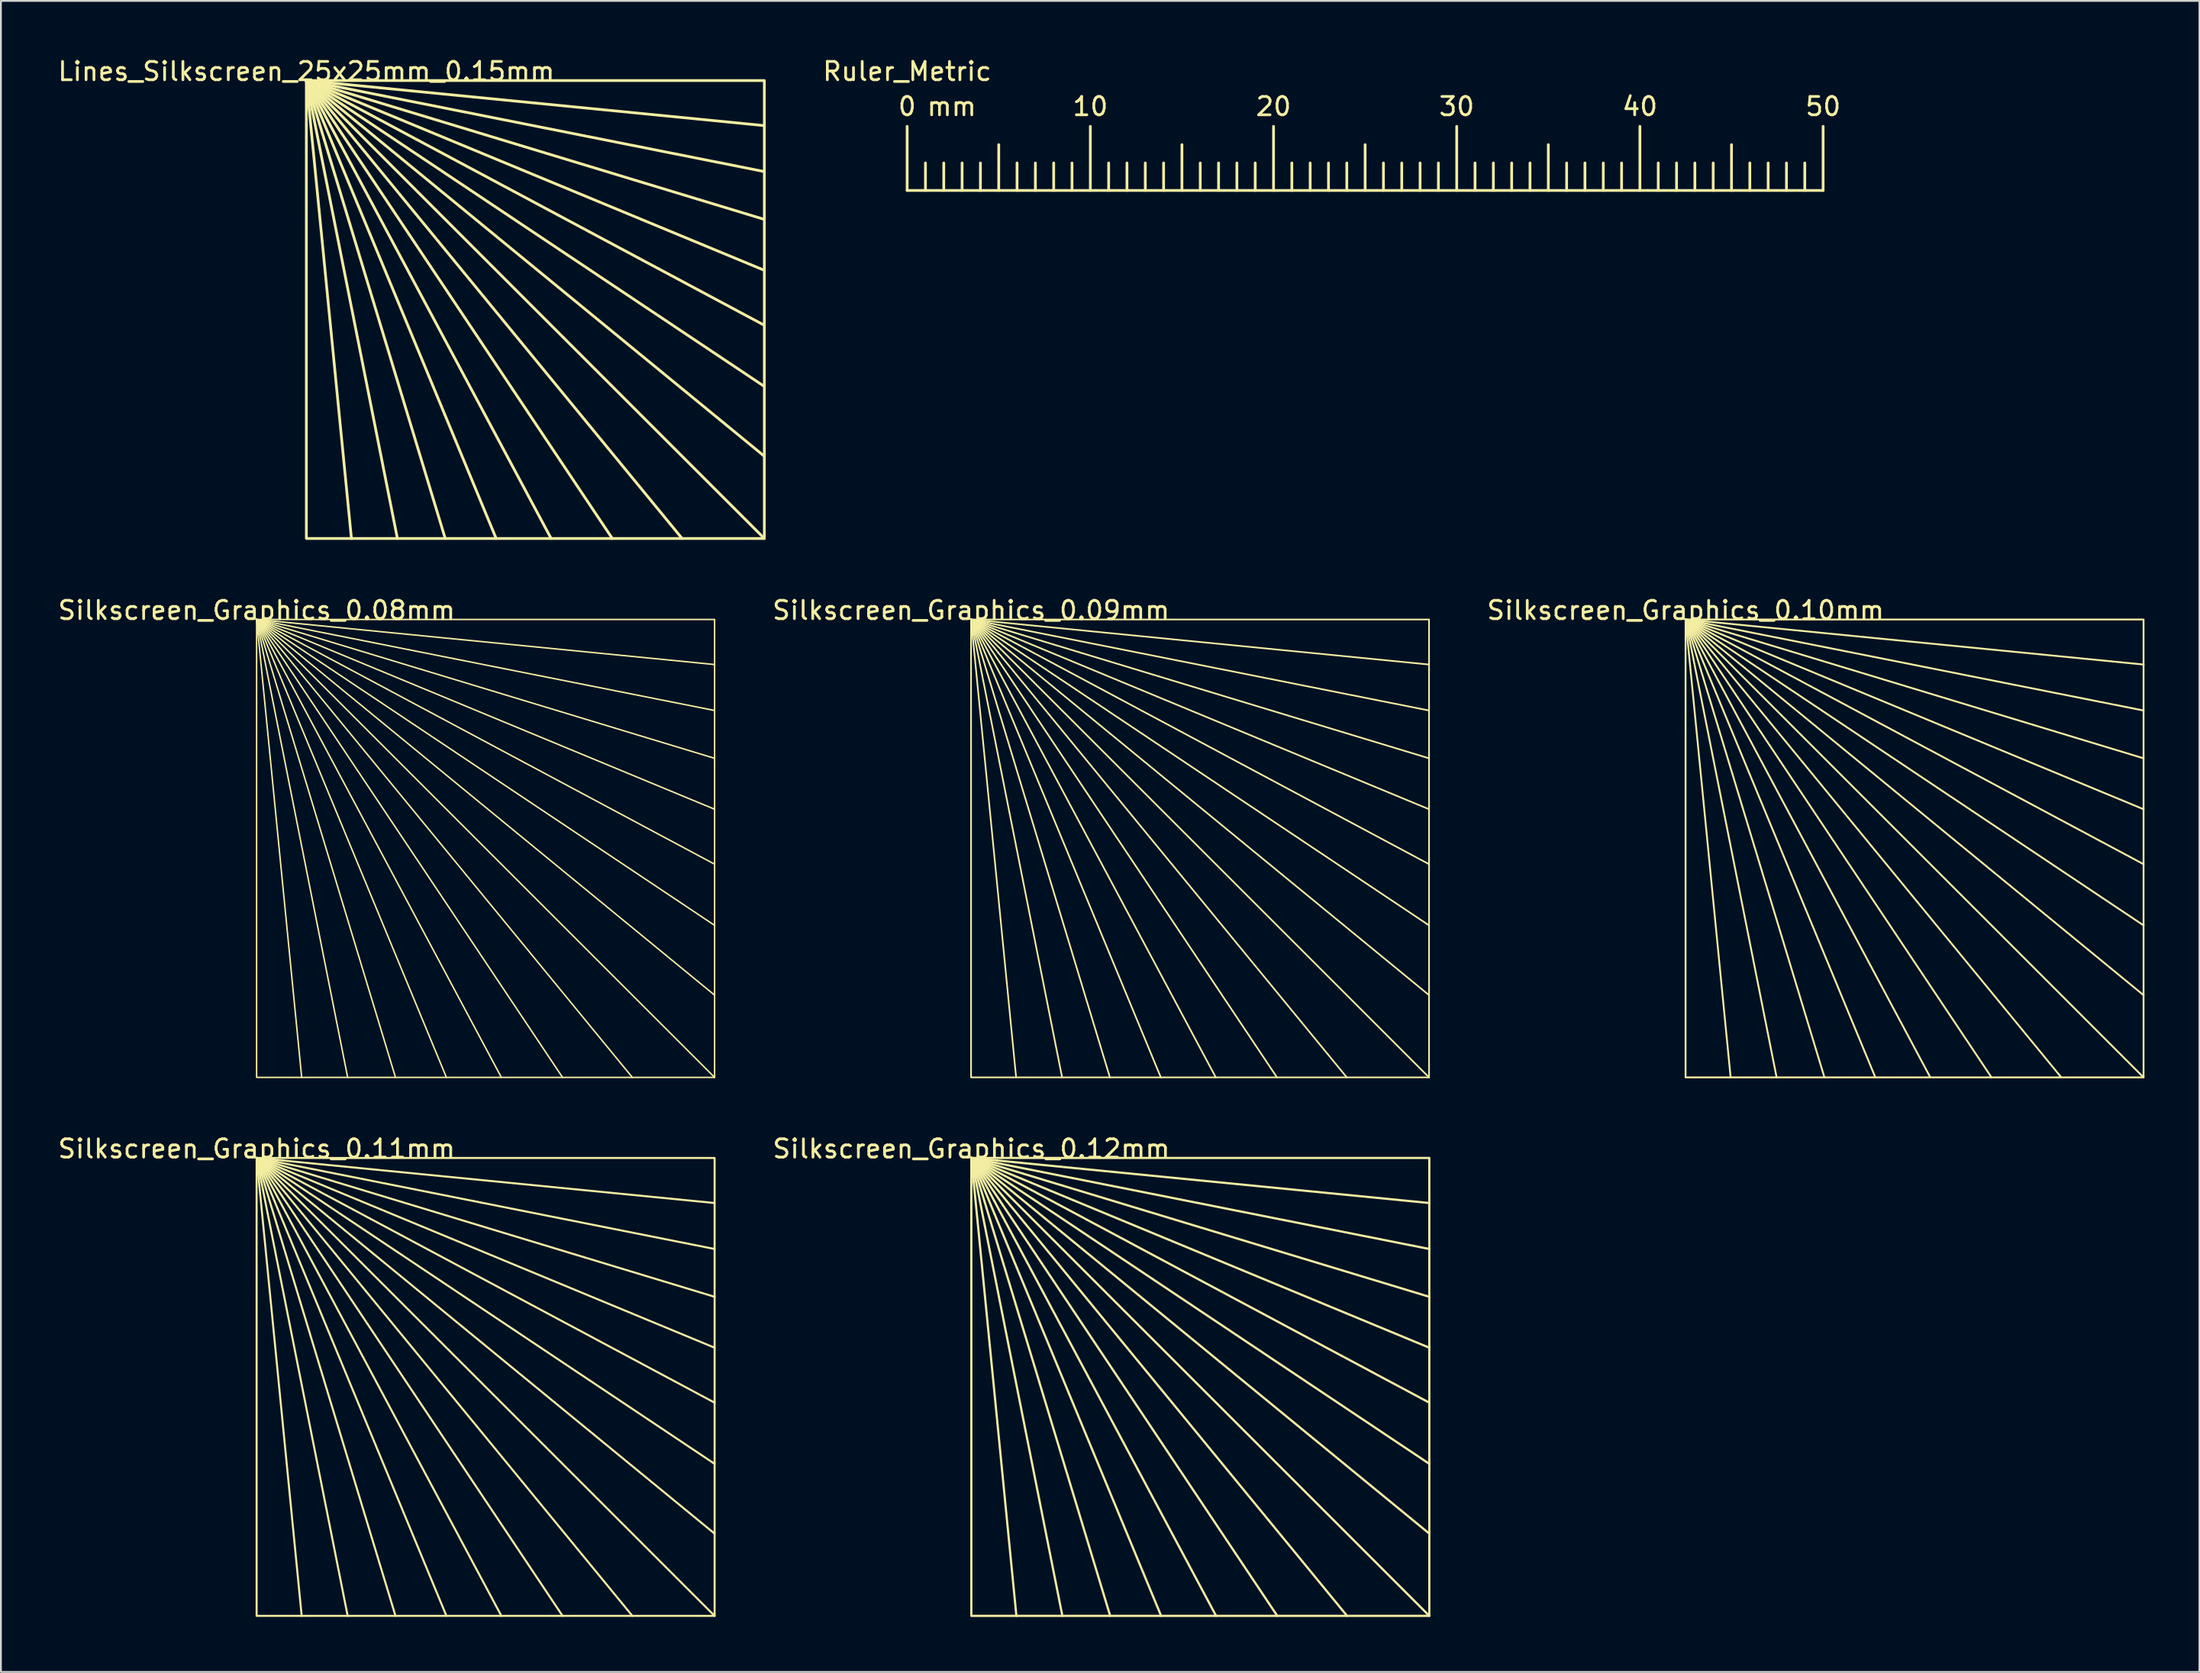
<source format=kicad_pcb>
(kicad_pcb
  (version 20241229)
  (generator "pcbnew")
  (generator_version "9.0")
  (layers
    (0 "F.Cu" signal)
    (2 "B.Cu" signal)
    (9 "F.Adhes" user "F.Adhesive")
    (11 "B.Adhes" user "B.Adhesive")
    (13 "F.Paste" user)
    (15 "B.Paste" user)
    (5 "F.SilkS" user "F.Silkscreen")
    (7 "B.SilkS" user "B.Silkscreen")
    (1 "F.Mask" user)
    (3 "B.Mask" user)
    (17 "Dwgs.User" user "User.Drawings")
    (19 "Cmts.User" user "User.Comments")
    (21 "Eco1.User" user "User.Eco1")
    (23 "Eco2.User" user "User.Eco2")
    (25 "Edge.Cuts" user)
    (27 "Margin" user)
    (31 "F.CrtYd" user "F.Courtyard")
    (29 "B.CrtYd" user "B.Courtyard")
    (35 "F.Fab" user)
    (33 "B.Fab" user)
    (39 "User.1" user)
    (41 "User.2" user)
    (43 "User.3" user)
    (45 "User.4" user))
  (footprint "Ruler_Metric"
    (layer "F.Cu")
    (at 46.468 7.348)
    (property "Reference" "Ruler_Metric" (at 0 -6.5 0) (unlocked yes) (layer "F.SilkS") (effects (font (size 1 1) (thickness 0.15))))
    (fp_line (start 0 0) (end 0 -3.5) (stroke (width 0.15) (type default)) (layer "F.SilkS"))
    (fp_line (start 0 0) (end 50 0) (stroke (width 0.15) (type default)) (layer "F.SilkS"))
    (fp_line (start 1 0) (end 1 -1.5) (stroke (width 0.15) (type default)) (layer "F.SilkS"))
    (fp_line (start 2 0) (end 2 -1.5) (stroke (width 0.15) (type default)) (layer "F.SilkS"))
    (fp_line (start 3 0) (end 3 -1.5) (stroke (width 0.15) (type default)) (layer "F.SilkS"))
    (fp_line (start 4 0) (end 4 -1.5) (stroke (width 0.15) (type default)) (layer "F.SilkS"))
    (fp_line (start 5 0) (end 5 -2.5) (stroke (width 0.15) (type default)) (layer "F.SilkS"))
    (fp_line (start 6 0) (end 6 -1.5) (stroke (width 0.15) (type default)) (layer "F.SilkS"))
    (fp_line (start 7 0) (end 7 -1.5) (stroke (width 0.15) (type default)) (layer "F.SilkS"))
    (fp_line (start 8 0) (end 8 -1.5) (stroke (width 0.15) (type default)) (layer "F.SilkS"))
    (fp_line (start 9 0) (end 9 -1.5) (stroke (width 0.15) (type default)) (layer "F.SilkS"))
    (fp_line (start 10 0) (end 10 -3.5) (stroke (width 0.15) (type default)) (layer "F.SilkS"))
    (fp_line (start 11 0) (end 11 -1.5) (stroke (width 0.15) (type default)) (layer "F.SilkS"))
    (fp_line (start 12 0) (end 12 -1.5) (stroke (width 0.15) (type default)) (layer "F.SilkS"))
    (fp_line (start 13 0) (end 13 -1.5) (stroke (width 0.15) (type default)) (layer "F.SilkS"))
    (fp_line (start 14 0) (end 14 -1.5) (stroke (width 0.15) (type default)) (layer "F.SilkS"))
    (fp_line (start 15 0) (end 15 -2.5) (stroke (width 0.15) (type default)) (layer "F.SilkS"))
    (fp_line (start 16 0) (end 16 -1.5) (stroke (width 0.15) (type default)) (layer "F.SilkS"))
    (fp_line (start 17 0) (end 17 -1.5) (stroke (width 0.15) (type default)) (layer "F.SilkS"))
    (fp_line (start 18 0) (end 18 -1.5) (stroke (width 0.15) (type default)) (layer "F.SilkS"))
    (fp_line (start 19 0) (end 19 -1.5) (stroke (width 0.15) (type default)) (layer "F.SilkS"))
    (fp_line (start 20 0) (end 20 -3.5) (stroke (width 0.15) (type default)) (layer "F.SilkS"))
    (fp_line (start 21 0) (end 21 -1.5) (stroke (width 0.15) (type default)) (layer "F.SilkS"))
    (fp_line (start 22 0) (end 22 -1.5) (stroke (width 0.15) (type default)) (layer "F.SilkS"))
    (fp_line (start 23 0) (end 23 -1.5) (stroke (width 0.15) (type default)) (layer "F.SilkS"))
    (fp_line (start 24 0) (end 24 -1.5) (stroke (width 0.15) (type default)) (layer "F.SilkS"))
    (fp_line (start 25 0) (end 25 -2.5) (stroke (width 0.15) (type default)) (layer "F.SilkS"))
    (fp_line (start 26 0) (end 26 -1.5) (stroke (width 0.15) (type default)) (layer "F.SilkS"))
    (fp_line (start 27 0) (end 27 -1.5) (stroke (width 0.15) (type default)) (layer "F.SilkS"))
    (fp_line (start 28 0) (end 28 -1.5) (stroke (width 0.15) (type default)) (layer "F.SilkS"))
    (fp_line (start 29 0) (end 29 -1.5) (stroke (width 0.15) (type default)) (layer "F.SilkS"))
    (fp_line (start 30 0) (end 30 -3.5) (stroke (width 0.15) (type default)) (layer "F.SilkS"))
    (fp_line (start 31 0) (end 31 -1.5) (stroke (width 0.15) (type default)) (layer "F.SilkS"))
    (fp_line (start 32 0) (end 32 -1.5) (stroke (width 0.15) (type default)) (layer "F.SilkS"))
    (fp_line (start 33 0) (end 33 -1.5) (stroke (width 0.15) (type default)) (layer "F.SilkS"))
    (fp_line (start 34 0) (end 34 -1.5) (stroke (width 0.15) (type default)) (layer "F.SilkS"))
    (fp_line (start 35 0) (end 35 -2.5) (stroke (width 0.15) (type default)) (layer "F.SilkS"))
    (fp_line (start 36 0) (end 36 -1.5) (stroke (width 0.15) (type default)) (layer "F.SilkS"))
    (fp_line (start 37 0) (end 37 -1.5) (stroke (width 0.15) (type default)) (layer "F.SilkS"))
    (fp_line (start 38 0) (end 38 -1.5) (stroke (width 0.15) (type default)) (layer "F.SilkS"))
    (fp_line (start 39 0) (end 39 -1.5) (stroke (width 0.15) (type default)) (layer "F.SilkS"))
    (fp_line (start 40 0) (end 40 -3.5) (stroke (width 0.15) (type default)) (layer "F.SilkS"))
    (fp_line (start 41 0) (end 41 -1.5) (stroke (width 0.15) (type default)) (layer "F.SilkS"))
    (fp_line (start 42 0) (end 42 -1.5) (stroke (width 0.15) (type default)) (layer "F.SilkS"))
    (fp_line (start 43 0) (end 43 -1.5) (stroke (width 0.15) (type default)) (layer "F.SilkS"))
    (fp_line (start 44 0) (end 44 -1.5) (stroke (width 0.15) (type default)) (layer "F.SilkS"))
    (fp_line (start 45 0) (end 45 -2.5) (stroke (width 0.15) (type default)) (layer "F.SilkS"))
    (fp_line (start 46 0) (end 46 -1.5) (stroke (width 0.15) (type default)) (layer "F.SilkS"))
    (fp_line (start 47 0) (end 47 -1.5) (stroke (width 0.15) (type default)) (layer "F.SilkS"))
    (fp_line (start 48 0) (end 48 -1.5) (stroke (width 0.15) (type default)) (layer "F.SilkS"))
    (fp_line (start 49 0) (end 49 -1.5) (stroke (width 0.15) (type default)) (layer "F.SilkS"))
    (fp_line (start 50 0) (end 50 -3.5) (stroke (width 0.15) (type default)) (layer "F.SilkS"))
    (fp_text user "0" (at 0 -4 0) (unlocked yes) (layer "F.SilkS") (effects (font (size 1 1) (thickness 0.15)) (justify bottom)))
    (fp_text user "50" (at 50 -4 0) (unlocked yes) (layer "F.SilkS") (effects (font (size 1 1) (thickness 0.15)) (justify bottom)))
    (fp_text user "20" (at 20 -4 0) (unlocked yes) (layer "F.SilkS") (effects (font (size 1 1) (thickness 0.15)) (justify bottom)))
    (fp_text user "10" (at 10 -4 0) (unlocked yes) (layer "F.SilkS") (effects (font (size 1 1) (thickness 0.15)) (justify bottom)))
    (fp_text user "30" (at 30 -4 0) (unlocked yes) (layer "F.SilkS") (effects (font (size 1 1) (thickness 0.15)) (justify bottom)))
    (fp_text user "mm" (at 1 -4 0) (unlocked yes) (layer "F.SilkS") (effects (font (size 1 1) (thickness 0.15)) (justify left bottom)))
    (fp_text user "40" (at 40 -4 0) (unlocked yes) (layer "F.SilkS") (effects (font (size 1 1) (thickness 0.15)) (justify bottom))))
  (footprint "Silkscreen_Graphics_0.08mm"
    (layer "F.Cu")
    (at 10.958 30.771)
    (property "Reference" "Silkscreen_Graphics_0.08mm" (at 0 -0.5 0) (unlocked yes) (layer "F.SilkS") (effects (font (size 1 1) (thickness 0.15))))
    (fp_line (start 0 0) (end 2.46 25) (stroke (width 0.08) (type default)) (layer "F.SilkS"))
    (fp_line (start 0 0) (end 4.97 25) (stroke (width 0.08) (type default)) (layer "F.SilkS"))
    (fp_line (start 0 0) (end 7.58 25) (stroke (width 0.08) (type default)) (layer "F.SilkS"))
    (fp_line (start 0 0) (end 10.36 25) (stroke (width 0.08) (type default)) (layer "F.SilkS"))
    (fp_line (start 0 0) (end 13.36 25) (stroke (width 0.08) (type default)) (layer "F.SilkS"))
    (fp_line (start 0 0) (end 16.7 25) (stroke (width 0.08) (type default)) (layer "F.SilkS"))
    (fp_line (start 0 0) (end 20.51 25) (stroke (width 0.08) (type default)) (layer "F.SilkS"))
    (fp_line (start 0 0) (end 25 2.46) (stroke (width 0.08) (type default)) (layer "F.SilkS"))
    (fp_line (start 0 0) (end 25 4.97) (stroke (width 0.08) (type default)) (layer "F.SilkS"))
    (fp_line (start 0 0) (end 25 7.58) (stroke (width 0.08) (type default)) (layer "F.SilkS"))
    (fp_line (start 0 0) (end 25 10.36) (stroke (width 0.08) (type default)) (layer "F.SilkS"))
    (fp_line (start 0 0) (end 25 13.36) (stroke (width 0.08) (type default)) (layer "F.SilkS"))
    (fp_line (start 0 0) (end 25 16.7) (stroke (width 0.08) (type default)) (layer "F.SilkS"))
    (fp_line (start 0 0) (end 25 20.51) (stroke (width 0.08) (type default)) (layer "F.SilkS"))
    (fp_line (start 0 0) (end 25 25) (stroke (width 0.08) (type default)) (layer "F.SilkS"))
    (fp_rect (start 0 0) (end 25 25) (stroke (width 0.08) (type default)) (fill no) (layer "F.SilkS")))
  (footprint "Silkscreen_Graphics_0.10mm"
    (layer "F.Cu")
    (at 88.96 30.771)
    (property "Reference" "Silkscreen_Graphics_0.10mm" (at 0 -0.5 0) (unlocked yes) (layer "F.SilkS") (effects (font (size 1 1) (thickness 0.15))))
    (fp_line (start 0 0) (end 2.46 25) (stroke (width 0.1) (type default)) (layer "F.SilkS"))
    (fp_line (start 0 0) (end 4.97 25) (stroke (width 0.1) (type default)) (layer "F.SilkS"))
    (fp_line (start 0 0) (end 7.58 25) (stroke (width 0.1) (type default)) (layer "F.SilkS"))
    (fp_line (start 0 0) (end 10.36 25) (stroke (width 0.1) (type default)) (layer "F.SilkS"))
    (fp_line (start 0 0) (end 13.36 25) (stroke (width 0.1) (type default)) (layer "F.SilkS"))
    (fp_line (start 0 0) (end 16.7 25) (stroke (width 0.1) (type default)) (layer "F.SilkS"))
    (fp_line (start 0 0) (end 20.51 25) (stroke (width 0.1) (type default)) (layer "F.SilkS"))
    (fp_line (start 0 0) (end 25 2.46) (stroke (width 0.1) (type default)) (layer "F.SilkS"))
    (fp_line (start 0 0) (end 25 4.97) (stroke (width 0.1) (type default)) (layer "F.SilkS"))
    (fp_line (start 0 0) (end 25 7.58) (stroke (width 0.1) (type default)) (layer "F.SilkS"))
    (fp_line (start 0 0) (end 25 10.36) (stroke (width 0.1) (type default)) (layer "F.SilkS"))
    (fp_line (start 0 0) (end 25 13.36) (stroke (width 0.1) (type default)) (layer "F.SilkS"))
    (fp_line (start 0 0) (end 25 16.7) (stroke (width 0.1) (type default)) (layer "F.SilkS"))
    (fp_line (start 0 0) (end 25 20.51) (stroke (width 0.1) (type default)) (layer "F.SilkS"))
    (fp_line (start 0 0) (end 25 25) (stroke (width 0.1) (type default)) (layer "F.SilkS"))
    (fp_rect (start 0 0) (end 25 25) (stroke (width 0.1) (type default)) (fill no) (layer "F.SilkS")))
  (footprint "Silkscreen_Graphics_0.11mm"
    (layer "F.Cu")
    (at 10.958 60.17)
    (property "Reference" "Silkscreen_Graphics_0.11mm" (at 0 -0.5 0) (unlocked yes) (layer "F.SilkS") (effects (font (size 1 1) (thickness 0.15))))
    (fp_line (start 0 0) (end 2.46 25) (stroke (width 0.11) (type default)) (layer "F.SilkS"))
    (fp_line (start 0 0) (end 4.97 25) (stroke (width 0.11) (type default)) (layer "F.SilkS"))
    (fp_line (start 0 0) (end 7.58 25) (stroke (width 0.11) (type default)) (layer "F.SilkS"))
    (fp_line (start 0 0) (end 10.36 25) (stroke (width 0.11) (type default)) (layer "F.SilkS"))
    (fp_line (start 0 0) (end 13.36 25) (stroke (width 0.11) (type default)) (layer "F.SilkS"))
    (fp_line (start 0 0) (end 16.7 25) (stroke (width 0.11) (type default)) (layer "F.SilkS"))
    (fp_line (start 0 0) (end 20.51 25) (stroke (width 0.11) (type default)) (layer "F.SilkS"))
    (fp_line (start 0 0) (end 25 2.46) (stroke (width 0.11) (type default)) (layer "F.SilkS"))
    (fp_line (start 0 0) (end 25 4.97) (stroke (width 0.11) (type default)) (layer "F.SilkS"))
    (fp_line (start 0 0) (end 25 7.58) (stroke (width 0.11) (type default)) (layer "F.SilkS"))
    (fp_line (start 0 0) (end 25 10.36) (stroke (width 0.11) (type default)) (layer "F.SilkS"))
    (fp_line (start 0 0) (end 25 13.36) (stroke (width 0.11) (type default)) (layer "F.SilkS"))
    (fp_line (start 0 0) (end 25 16.7) (stroke (width 0.11) (type default)) (layer "F.SilkS"))
    (fp_line (start 0 0) (end 25 20.51) (stroke (width 0.11) (type default)) (layer "F.SilkS"))
    (fp_line (start 0 0) (end 25 25) (stroke (width 0.11) (type default)) (layer "F.SilkS"))
    (fp_rect (start 0 0) (end 25 25) (stroke (width 0.11) (type default)) (fill no) (layer "F.SilkS")))
  (footprint "Silkscreen_Graphics_0.09mm"
    (layer "F.Cu")
    (at 49.957 30.771)
    (property "Reference" "Silkscreen_Graphics_0.09mm" (at 0 -0.5 0) (unlocked yes) (layer "F.SilkS") (effects (font (size 1 1) (thickness 0.15))))
    (fp_line (start 0 0) (end 2.46 25) (stroke (width 0.09) (type default)) (layer "F.SilkS"))
    (fp_line (start 0 0) (end 4.97 25) (stroke (width 0.09) (type default)) (layer "F.SilkS"))
    (fp_line (start 0 0) (end 7.58 25) (stroke (width 0.09) (type default)) (layer "F.SilkS"))
    (fp_line (start 0 0) (end 10.36 25) (stroke (width 0.09) (type default)) (layer "F.SilkS"))
    (fp_line (start 0 0) (end 13.36 25) (stroke (width 0.09) (type default)) (layer "F.SilkS"))
    (fp_line (start 0 0) (end 16.7 25) (stroke (width 0.09) (type default)) (layer "F.SilkS"))
    (fp_line (start 0 0) (end 20.51 25) (stroke (width 0.09) (type default)) (layer "F.SilkS"))
    (fp_line (start 0 0) (end 25 2.46) (stroke (width 0.09) (type default)) (layer "F.SilkS"))
    (fp_line (start 0 0) (end 25 4.97) (stroke (width 0.09) (type default)) (layer "F.SilkS"))
    (fp_line (start 0 0) (end 25 7.58) (stroke (width 0.09) (type default)) (layer "F.SilkS"))
    (fp_line (start 0 0) (end 25 10.36) (stroke (width 0.09) (type default)) (layer "F.SilkS"))
    (fp_line (start 0 0) (end 25 13.36) (stroke (width 0.09) (type default)) (layer "F.SilkS"))
    (fp_line (start 0 0) (end 25 16.7) (stroke (width 0.09) (type default)) (layer "F.SilkS"))
    (fp_line (start 0 0) (end 25 20.51) (stroke (width 0.09) (type default)) (layer "F.SilkS"))
    (fp_line (start 0 0) (end 25 25) (stroke (width 0.09) (type default)) (layer "F.SilkS"))
    (fp_rect (start 0 0) (end 25 25) (stroke (width 0.09) (type default)) (fill no) (layer "F.SilkS")))
  (footprint "Lines_Silkscreen_25x25mm_0.15mm"
    (layer "F.Cu")
    (at 13.673 1.348)
    (property "Reference" "Lines_Silkscreen_25x25mm_0.15mm" (at 0 -0.5 0) (unlocked yes) (layer "F.SilkS") (effects (font (size 1 1) (thickness 0.15))))
    (fp_line (start 0 0) (end 2.46 25) (stroke (width 0.15) (type default)) (layer "F.SilkS"))
    (fp_line (start 0 0) (end 4.97 25) (stroke (width 0.15) (type default)) (layer "F.SilkS"))
    (fp_line (start 0 0) (end 7.58 25) (stroke (width 0.15) (type default)) (layer "F.SilkS"))
    (fp_line (start 0 0) (end 10.36 25) (stroke (width 0.15) (type default)) (layer "F.SilkS"))
    (fp_line (start 0 0) (end 13.36 25) (stroke (width 0.15) (type default)) (layer "F.SilkS"))
    (fp_line (start 0 0) (end 16.7 25) (stroke (width 0.15) (type default)) (layer "F.SilkS"))
    (fp_line (start 0 0) (end 20.51 25) (stroke (width 0.15) (type default)) (layer "F.SilkS"))
    (fp_line (start 0 0) (end 25 2.46) (stroke (width 0.15) (type default)) (layer "F.SilkS"))
    (fp_line (start 0 0) (end 25 4.97) (stroke (width 0.15) (type default)) (layer "F.SilkS"))
    (fp_line (start 0 0) (end 25 7.58) (stroke (width 0.15) (type default)) (layer "F.SilkS"))
    (fp_line (start 0 0) (end 25 10.36) (stroke (width 0.15) (type default)) (layer "F.SilkS"))
    (fp_line (start 0 0) (end 25 13.36) (stroke (width 0.15) (type default)) (layer "F.SilkS"))
    (fp_line (start 0 0) (end 25 16.7) (stroke (width 0.15) (type default)) (layer "F.SilkS"))
    (fp_line (start 0 0) (end 25 20.51) (stroke (width 0.15) (type default)) (layer "F.SilkS"))
    (fp_line (start 0 0) (end 25 25) (stroke (width 0.15) (type default)) (layer "F.SilkS"))
    (fp_rect (start 0 0) (end 25 25) (stroke (width 0.15) (type default)) (fill no) (layer "F.SilkS")))
  (footprint "Silkscreen_Graphics_0.12mm"
    (layer "F.Cu")
    (at 49.972 60.17)
    (property "Reference" "Silkscreen_Graphics_0.12mm" (at 0 -0.5 0) (unlocked yes) (layer "F.SilkS") (effects (font (size 1 1) (thickness 0.15))))
    (fp_line (start 0 0) (end 2.46 25) (stroke (width 0.12) (type default)) (layer "F.SilkS"))
    (fp_line (start 0 0) (end 4.97 25) (stroke (width 0.12) (type default)) (layer "F.SilkS"))
    (fp_line (start 0 0) (end 7.58 25) (stroke (width 0.12) (type default)) (layer "F.SilkS"))
    (fp_line (start 0 0) (end 10.36 25) (stroke (width 0.12) (type default)) (layer "F.SilkS"))
    (fp_line (start 0 0) (end 13.36 25) (stroke (width 0.12) (type default)) (layer "F.SilkS"))
    (fp_line (start 0 0) (end 16.7 25) (stroke (width 0.12) (type default)) (layer "F.SilkS"))
    (fp_line (start 0 0) (end 20.51 25) (stroke (width 0.12) (type default)) (layer "F.SilkS"))
    (fp_line (start 0 0) (end 25 2.46) (stroke (width 0.12) (type default)) (layer "F.SilkS"))
    (fp_line (start 0 0) (end 25 4.97) (stroke (width 0.12) (type default)) (layer "F.SilkS"))
    (fp_line (start 0 0) (end 25 7.58) (stroke (width 0.12) (type default)) (layer "F.SilkS"))
    (fp_line (start 0 0) (end 25 10.36) (stroke (width 0.12) (type default)) (layer "F.SilkS"))
    (fp_line (start 0 0) (end 25 13.36) (stroke (width 0.12) (type default)) (layer "F.SilkS"))
    (fp_line (start 0 0) (end 25 16.7) (stroke (width 0.12) (type default)) (layer "F.SilkS"))
    (fp_line (start 0 0) (end 25 20.51) (stroke (width 0.12) (type default)) (layer "F.SilkS"))
    (fp_line (start 0 0) (end 25 25) (stroke (width 0.12) (type default)) (layer "F.SilkS"))
    (fp_rect (start 0 0) (end 25 25) (stroke (width 0.12) (type default)) (fill no) (layer "F.SilkS")))
  (gr_rect
    (start -3 -3)
    (end 117.01 88.23)
    (stroke (width 0.1) (type default))
    (fill no)
    (layer "Edge.Cuts")))
</source>
